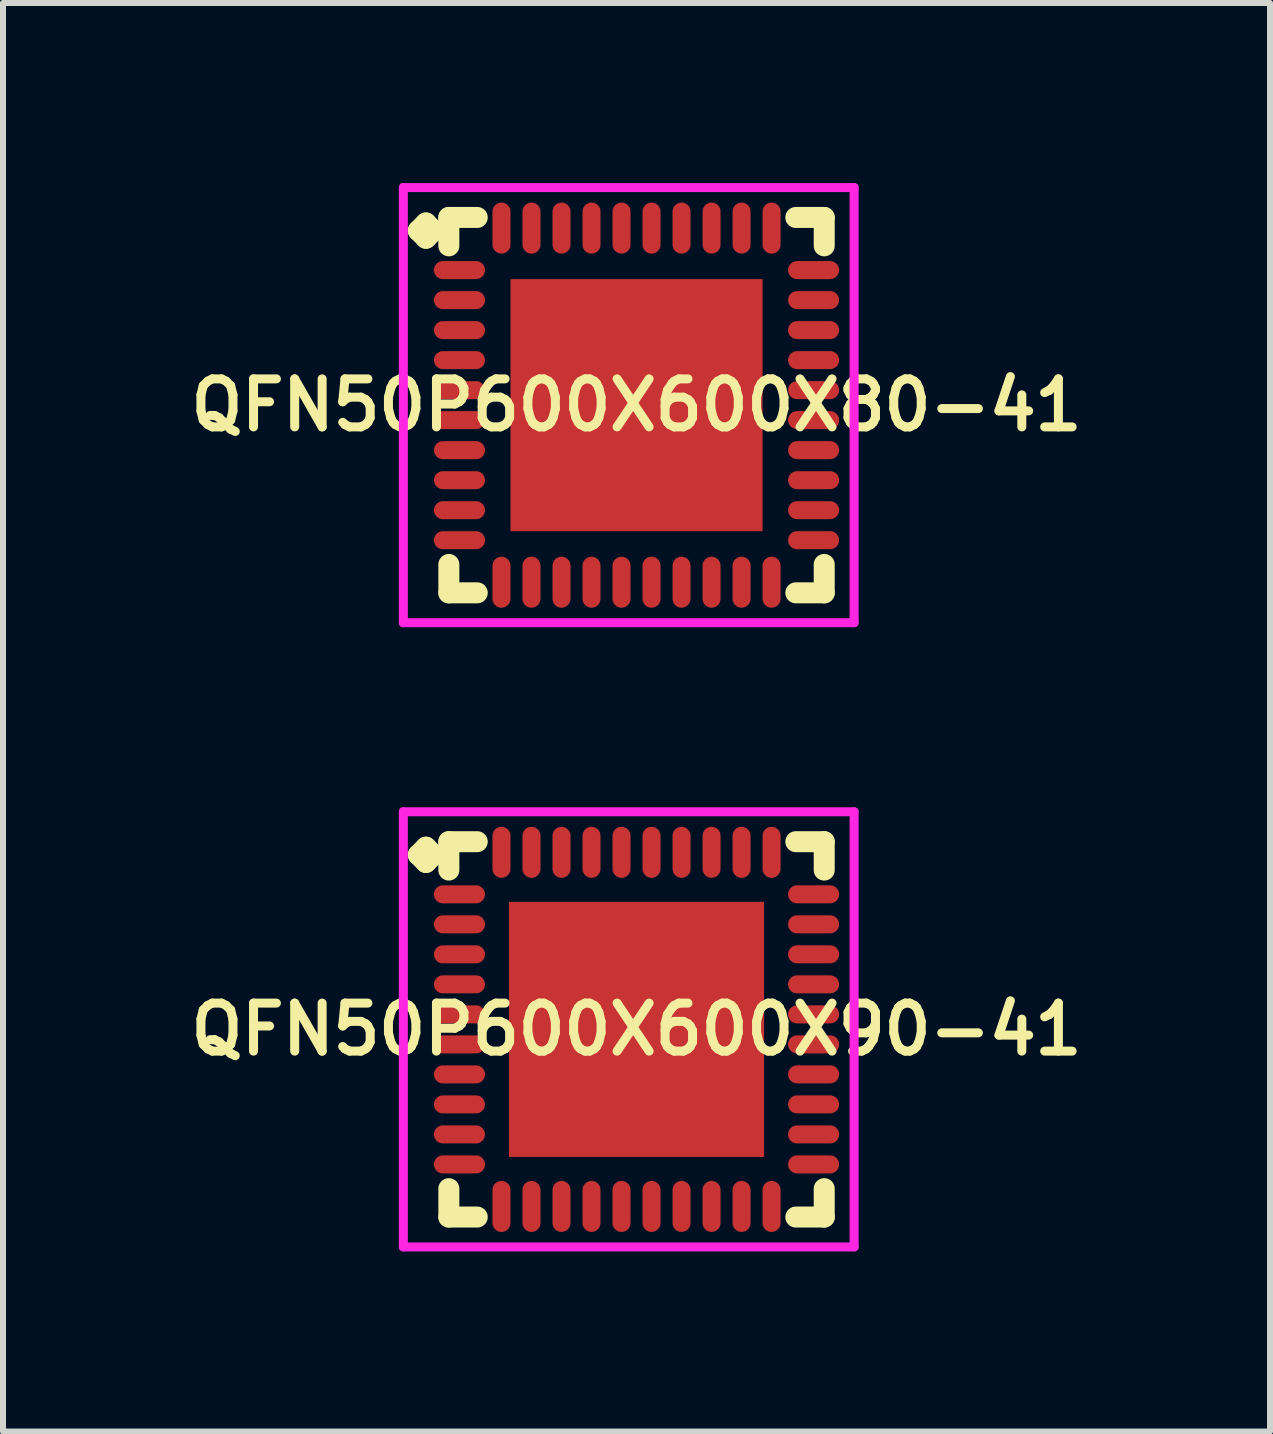
<source format=kicad_pcb>
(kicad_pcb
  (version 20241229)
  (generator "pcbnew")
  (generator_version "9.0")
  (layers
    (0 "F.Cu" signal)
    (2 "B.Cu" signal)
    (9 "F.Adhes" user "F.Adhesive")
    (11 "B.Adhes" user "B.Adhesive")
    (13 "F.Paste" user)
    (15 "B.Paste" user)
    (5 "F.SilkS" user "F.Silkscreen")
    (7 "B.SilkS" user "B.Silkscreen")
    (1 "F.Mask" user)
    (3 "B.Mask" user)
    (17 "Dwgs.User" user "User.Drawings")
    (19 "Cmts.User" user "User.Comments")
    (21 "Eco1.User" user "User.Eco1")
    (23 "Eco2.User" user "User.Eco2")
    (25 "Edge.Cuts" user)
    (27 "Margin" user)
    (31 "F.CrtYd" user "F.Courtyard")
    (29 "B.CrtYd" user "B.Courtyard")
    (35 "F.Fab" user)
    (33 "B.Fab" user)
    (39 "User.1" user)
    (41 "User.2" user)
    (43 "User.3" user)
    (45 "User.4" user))
  (footprint "QFN50P600X600X90-41"
    (layer "F.Cu")
    (at 7.555 14.1)
    (property "Reference" "QFN50P600X600X90-41" (at 0 0 0) (layer "F.SilkS") (effects (font (size 0.8 0.8) (thickness 0.15))))
    (attr smd)
    (fp_line (start -3.635 -2.908) (end -3.508 -3.035) (stroke (width 0.35) (type solid)) (layer "F.SilkS"))
    (fp_line (start -3.508 -3.035) (end -3.381 -2.908) (stroke (width 0.35) (type solid)) (layer "F.SilkS"))
    (fp_line (start -3.508 -2.781) (end -3.635 -2.908) (stroke (width 0.35) (type solid)) (layer "F.SilkS"))
    (fp_line (start -3.381 -2.908) (end -3.508 -2.781) (stroke (width 0.35) (type solid)) (layer "F.SilkS"))
    (fp_line (start -3.127 -3.127) (end -2.654 -3.127) (stroke (width 0.35) (type solid)) (layer "F.SilkS"))
    (fp_line (start -3.127 -2.654) (end -3.127 -3.127) (stroke (width 0.35) (type solid)) (layer "F.SilkS"))
    (fp_line (start -3.127 2.654) (end -3.127 3.127) (stroke (width 0.35) (type solid)) (layer "F.SilkS"))
    (fp_line (start -3.127 3.127) (end -2.654 3.127) (stroke (width 0.35) (type solid)) (layer "F.SilkS"))
    (fp_line (start 2.654 -3.127) (end 3.127 -3.127) (stroke (width 0.35) (type solid)) (layer "F.SilkS"))
    (fp_line (start 2.654 3.127) (end 3.127 3.127) (stroke (width 0.35) (type solid)) (layer "F.SilkS"))
    (fp_line (start 3.127 -3.127) (end 3.127 -2.654) (stroke (width 0.35) (type solid)) (layer "F.SilkS"))
    (fp_line (start 3.127 3.127) (end 3.127 2.654) (stroke (width 0.35) (type solid)) (layer "F.SilkS"))
    (fp_line (start -3.885 -3.625) (end 3.625 -3.625) (stroke (width 0.15) (type solid)) (layer "F.CrtYd"))
    (fp_line (start -3.885 3.625) (end -3.885 -3.625) (stroke (width 0.15) (type solid)) (layer "F.CrtYd"))
    (fp_line (start 3.625 -3.625) (end 3.625 3.625) (stroke (width 0.15) (type solid)) (layer "F.CrtYd"))
    (fp_line (start 3.625 3.625) (end -3.885 3.625) (stroke (width 0.15) (type solid)) (layer "F.CrtYd"))
    (pad "1" smd oval (at -2.95 -2.25) (size 0.85 0.3) (layers "F.Cu" "F.Mask" "F.Paste"))
    (pad "2" smd oval (at -2.95 -1.75) (size 0.85 0.3) (layers "F.Cu" "F.Mask" "F.Paste"))
    (pad "3" smd oval (at -2.95 -1.25) (size 0.85 0.3) (layers "F.Cu" "F.Mask" "F.Paste"))
    (pad "4" smd oval (at -2.95 -0.75) (size 0.85 0.3) (layers "F.Cu" "F.Mask" "F.Paste"))
    (pad "5" smd oval (at -2.95 -0.25) (size 0.85 0.3) (layers "F.Cu" "F.Mask" "F.Paste"))
    (pad "6" smd oval (at -2.95 0.25) (size 0.85 0.3) (layers "F.Cu" "F.Mask" "F.Paste"))
    (pad "7" smd oval (at -2.95 0.75) (size 0.85 0.3) (layers "F.Cu" "F.Mask" "F.Paste"))
    (pad "8" smd oval (at -2.95 1.25) (size 0.85 0.3) (layers "F.Cu" "F.Mask" "F.Paste"))
    (pad "9" smd oval (at -2.95 1.75) (size 0.85 0.3) (layers "F.Cu" "F.Mask" "F.Paste"))
    (pad "10" smd oval (at -2.95 2.25) (size 0.85 0.3) (layers "F.Cu" "F.Mask" "F.Paste"))
    (pad "11" smd oval (at -2.25 2.95) (size 0.3 0.85) (layers "F.Cu" "F.Mask" "F.Paste"))
    (pad "12" smd oval (at -1.75 2.95) (size 0.3 0.85) (layers "F.Cu" "F.Mask" "F.Paste"))
    (pad "13" smd oval (at -1.25 2.95) (size 0.3 0.85) (layers "F.Cu" "F.Mask" "F.Paste"))
    (pad "14" smd oval (at -0.75 2.95) (size 0.3 0.85) (layers "F.Cu" "F.Mask" "F.Paste"))
    (pad "15" smd oval (at -0.25 2.95) (size 0.3 0.85) (layers "F.Cu" "F.Mask" "F.Paste"))
    (pad "16" smd oval (at 0.25 2.95) (size 0.3 0.85) (layers "F.Cu" "F.Mask" "F.Paste"))
    (pad "17" smd oval (at 0.75 2.95) (size 0.3 0.85) (layers "F.Cu" "F.Mask" "F.Paste"))
    (pad "18" smd oval (at 1.25 2.95) (size 0.3 0.85) (layers "F.Cu" "F.Mask" "F.Paste"))
    (pad "19" smd oval (at 1.75 2.95) (size 0.3 0.85) (layers "F.Cu" "F.Mask" "F.Paste"))
    (pad "20" smd oval (at 2.25 2.95) (size 0.3 0.85) (layers "F.Cu" "F.Mask" "F.Paste"))
    (pad "21" smd oval (at 2.95 2.25) (size 0.85 0.3) (layers "F.Cu" "F.Mask" "F.Paste"))
    (pad "22" smd oval (at 2.95 1.75) (size 0.85 0.3) (layers "F.Cu" "F.Mask" "F.Paste"))
    (pad "23" smd oval (at 2.95 1.25) (size 0.85 0.3) (layers "F.Cu" "F.Mask" "F.Paste"))
    (pad "24" smd oval (at 2.95 0.75) (size 0.85 0.3) (layers "F.Cu" "F.Mask" "F.Paste"))
    (pad "25" smd oval (at 2.95 0.25) (size 0.85 0.3) (layers "F.Cu" "F.Mask" "F.Paste"))
    (pad "26" smd oval (at 2.95 -0.25) (size 0.85 0.3) (layers "F.Cu" "F.Mask" "F.Paste"))
    (pad "27" smd oval (at 2.95 -0.75) (size 0.85 0.3) (layers "F.Cu" "F.Mask" "F.Paste"))
    (pad "28" smd oval (at 2.95 -1.25) (size 0.85 0.3) (layers "F.Cu" "F.Mask" "F.Paste"))
    (pad "29" smd oval (at 2.95 -1.75) (size 0.85 0.3) (layers "F.Cu" "F.Mask" "F.Paste"))
    (pad "30" smd oval (at 2.95 -2.25) (size 0.85 0.3) (layers "F.Cu" "F.Mask" "F.Paste"))
    (pad "31" smd oval (at 2.25 -2.95) (size 0.3 0.85) (layers "F.Cu" "F.Mask" "F.Paste"))
    (pad "32" smd oval (at 1.75 -2.95) (size 0.3 0.85) (layers "F.Cu" "F.Mask" "F.Paste"))
    (pad "33" smd oval (at 1.25 -2.95) (size 0.3 0.85) (layers "F.Cu" "F.Mask" "F.Paste"))
    (pad "34" smd oval (at 0.75 -2.95) (size 0.3 0.85) (layers "F.Cu" "F.Mask" "F.Paste"))
    (pad "35" smd oval (at 0.25 -2.95) (size 0.3 0.85) (layers "F.Cu" "F.Mask" "F.Paste"))
    (pad "36" smd oval (at -0.25 -2.95) (size 0.3 0.85) (layers "F.Cu" "F.Mask" "F.Paste"))
    (pad "37" smd oval (at -0.75 -2.95) (size 0.3 0.85) (layers "F.Cu" "F.Mask" "F.Paste"))
    (pad "38" smd oval (at -1.25 -2.95) (size 0.3 0.85) (layers "F.Cu" "F.Mask" "F.Paste"))
    (pad "39" smd oval (at -1.75 -2.95) (size 0.3 0.85) (layers "F.Cu" "F.Mask" "F.Paste"))
    (pad "40" smd oval (at -2.25 -2.95) (size 0.3 0.85) (layers "F.Cu" "F.Mask" "F.Paste"))
    (pad "41" smd rect (at 0 0) (size 4.25 4.25) (layers "F.Cu" "F.Mask" "F.Paste")))
  (footprint "QFN50P600X600X80-41"
    (layer "F.Cu")
    (at 7.555 3.7)
    (property "Reference" "QFN50P600X600X80-41" (at 0 0 0) (layer "F.SilkS") (effects (font (size 0.8 0.8) (thickness 0.15))))
    (attr smd)
    (fp_line (start -3.635 -2.908) (end -3.508 -3.035) (stroke (width 0.35) (type solid)) (layer "F.SilkS"))
    (fp_line (start -3.508 -3.035) (end -3.381 -2.908) (stroke (width 0.35) (type solid)) (layer "F.SilkS"))
    (fp_line (start -3.508 -2.781) (end -3.635 -2.908) (stroke (width 0.35) (type solid)) (layer "F.SilkS"))
    (fp_line (start -3.381 -2.908) (end -3.508 -2.781) (stroke (width 0.35) (type solid)) (layer "F.SilkS"))
    (fp_line (start -3.127 -3.127) (end -2.654 -3.127) (stroke (width 0.35) (type solid)) (layer "F.SilkS"))
    (fp_line (start -3.127 -2.654) (end -3.127 -3.127) (stroke (width 0.35) (type solid)) (layer "F.SilkS"))
    (fp_line (start -3.127 2.654) (end -3.127 3.127) (stroke (width 0.35) (type solid)) (layer "F.SilkS"))
    (fp_line (start -3.127 3.127) (end -2.654 3.127) (stroke (width 0.35) (type solid)) (layer "F.SilkS"))
    (fp_line (start 2.654 -3.127) (end 3.127 -3.127) (stroke (width 0.35) (type solid)) (layer "F.SilkS"))
    (fp_line (start 2.654 3.127) (end 3.127 3.127) (stroke (width 0.35) (type solid)) (layer "F.SilkS"))
    (fp_line (start 3.127 -3.127) (end 3.127 -2.654) (stroke (width 0.35) (type solid)) (layer "F.SilkS"))
    (fp_line (start 3.127 3.127) (end 3.127 2.654) (stroke (width 0.35) (type solid)) (layer "F.SilkS"))
    (fp_line (start -3.885 -3.625) (end 3.625 -3.625) (stroke (width 0.15) (type solid)) (layer "F.CrtYd"))
    (fp_line (start -3.885 3.625) (end -3.885 -3.625) (stroke (width 0.15) (type solid)) (layer "F.CrtYd"))
    (fp_line (start 3.625 -3.625) (end 3.625 3.625) (stroke (width 0.15) (type solid)) (layer "F.CrtYd"))
    (fp_line (start 3.625 3.625) (end -3.885 3.625) (stroke (width 0.15) (type solid)) (layer "F.CrtYd"))
    (pad "1" smd oval (at -2.95 -2.25) (size 0.85 0.3) (layers "F.Cu" "F.Mask" "F.Paste"))
    (pad "2" smd oval (at -2.95 -1.75) (size 0.85 0.3) (layers "F.Cu" "F.Mask" "F.Paste"))
    (pad "3" smd oval (at -2.95 -1.25) (size 0.85 0.3) (layers "F.Cu" "F.Mask" "F.Paste"))
    (pad "4" smd oval (at -2.95 -0.75) (size 0.85 0.3) (layers "F.Cu" "F.Mask" "F.Paste"))
    (pad "5" smd oval (at -2.95 -0.25) (size 0.85 0.3) (layers "F.Cu" "F.Mask" "F.Paste"))
    (pad "6" smd oval (at -2.95 0.25) (size 0.85 0.3) (layers "F.Cu" "F.Mask" "F.Paste"))
    (pad "7" smd oval (at -2.95 0.75) (size 0.85 0.3) (layers "F.Cu" "F.Mask" "F.Paste"))
    (pad "8" smd oval (at -2.95 1.25) (size 0.85 0.3) (layers "F.Cu" "F.Mask" "F.Paste"))
    (pad "9" smd oval (at -2.95 1.75) (size 0.85 0.3) (layers "F.Cu" "F.Mask" "F.Paste"))
    (pad "10" smd oval (at -2.95 2.25) (size 0.85 0.3) (layers "F.Cu" "F.Mask" "F.Paste"))
    (pad "11" smd oval (at -2.25 2.95) (size 0.3 0.85) (layers "F.Cu" "F.Mask" "F.Paste"))
    (pad "12" smd oval (at -1.75 2.95) (size 0.3 0.85) (layers "F.Cu" "F.Mask" "F.Paste"))
    (pad "13" smd oval (at -1.25 2.95) (size 0.3 0.85) (layers "F.Cu" "F.Mask" "F.Paste"))
    (pad "14" smd oval (at -0.75 2.95) (size 0.3 0.85) (layers "F.Cu" "F.Mask" "F.Paste"))
    (pad "15" smd oval (at -0.25 2.95) (size 0.3 0.85) (layers "F.Cu" "F.Mask" "F.Paste"))
    (pad "16" smd oval (at 0.25 2.95) (size 0.3 0.85) (layers "F.Cu" "F.Mask" "F.Paste"))
    (pad "17" smd oval (at 0.75 2.95) (size 0.3 0.85) (layers "F.Cu" "F.Mask" "F.Paste"))
    (pad "18" smd oval (at 1.25 2.95) (size 0.3 0.85) (layers "F.Cu" "F.Mask" "F.Paste"))
    (pad "19" smd oval (at 1.75 2.95) (size 0.3 0.85) (layers "F.Cu" "F.Mask" "F.Paste"))
    (pad "20" smd oval (at 2.25 2.95) (size 0.3 0.85) (layers "F.Cu" "F.Mask" "F.Paste"))
    (pad "21" smd oval (at 2.95 2.25) (size 0.85 0.3) (layers "F.Cu" "F.Mask" "F.Paste"))
    (pad "22" smd oval (at 2.95 1.75) (size 0.85 0.3) (layers "F.Cu" "F.Mask" "F.Paste"))
    (pad "23" smd oval (at 2.95 1.25) (size 0.85 0.3) (layers "F.Cu" "F.Mask" "F.Paste"))
    (pad "24" smd oval (at 2.95 0.75) (size 0.85 0.3) (layers "F.Cu" "F.Mask" "F.Paste"))
    (pad "25" smd oval (at 2.95 0.25) (size 0.85 0.3) (layers "F.Cu" "F.Mask" "F.Paste"))
    (pad "26" smd oval (at 2.95 -0.25) (size 0.85 0.3) (layers "F.Cu" "F.Mask" "F.Paste"))
    (pad "27" smd oval (at 2.95 -0.75) (size 0.85 0.3) (layers "F.Cu" "F.Mask" "F.Paste"))
    (pad "28" smd oval (at 2.95 -1.25) (size 0.85 0.3) (layers "F.Cu" "F.Mask" "F.Paste"))
    (pad "29" smd oval (at 2.95 -1.75) (size 0.85 0.3) (layers "F.Cu" "F.Mask" "F.Paste"))
    (pad "30" smd oval (at 2.95 -2.25) (size 0.85 0.3) (layers "F.Cu" "F.Mask" "F.Paste"))
    (pad "31" smd oval (at 2.25 -2.95) (size 0.3 0.85) (layers "F.Cu" "F.Mask" "F.Paste"))
    (pad "32" smd oval (at 1.75 -2.95) (size 0.3 0.85) (layers "F.Cu" "F.Mask" "F.Paste"))
    (pad "33" smd oval (at 1.25 -2.95) (size 0.3 0.85) (layers "F.Cu" "F.Mask" "F.Paste"))
    (pad "34" smd oval (at 0.75 -2.95) (size 0.3 0.85) (layers "F.Cu" "F.Mask" "F.Paste"))
    (pad "35" smd oval (at 0.25 -2.95) (size 0.3 0.85) (layers "F.Cu" "F.Mask" "F.Paste"))
    (pad "36" smd oval (at -0.25 -2.95) (size 0.3 0.85) (layers "F.Cu" "F.Mask" "F.Paste"))
    (pad "37" smd oval (at -0.75 -2.95) (size 0.3 0.85) (layers "F.Cu" "F.Mask" "F.Paste"))
    (pad "38" smd oval (at -1.25 -2.95) (size 0.3 0.85) (layers "F.Cu" "F.Mask" "F.Paste"))
    (pad "39" smd oval (at -1.75 -2.95) (size 0.3 0.85) (layers "F.Cu" "F.Mask" "F.Paste"))
    (pad "40" smd oval (at -2.25 -2.95) (size 0.3 0.85) (layers "F.Cu" "F.Mask" "F.Paste"))
    (pad "41" smd rect (at 0 0) (size 4.2 4.2) (layers "F.Cu" "F.Mask" "F.Paste")))
  (gr_rect
    (start -3 -3)
    (end 18.109 20.8)
    (stroke (width 0.1) (type default))
    (fill no)
    (layer "Edge.Cuts")))
</source>
